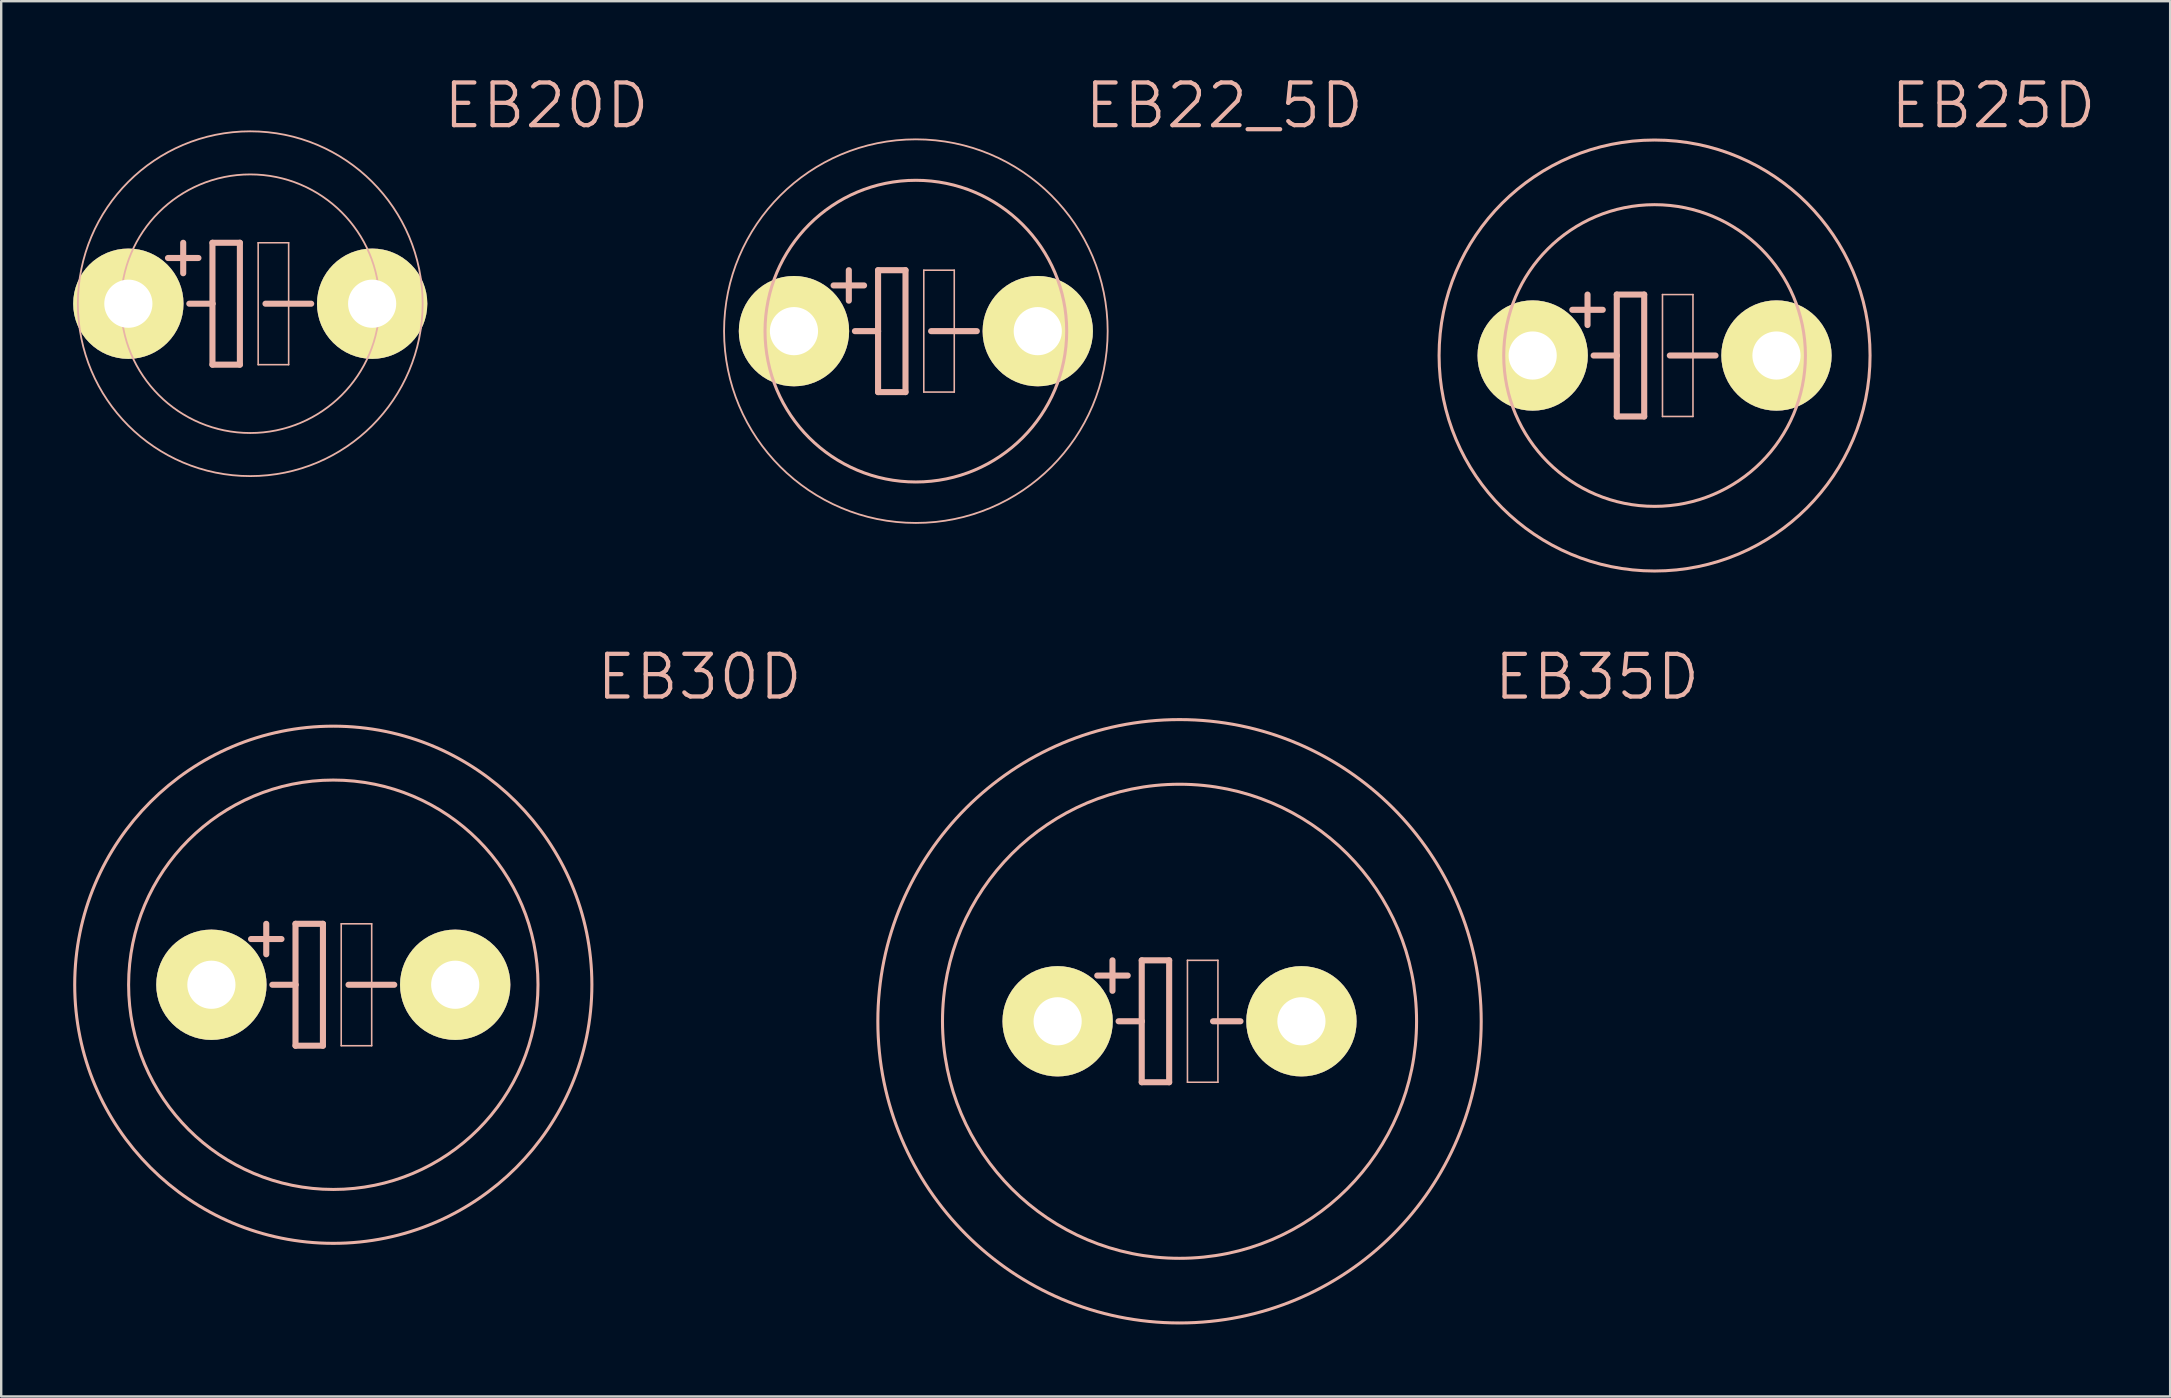
<source format=kicad_pcb>
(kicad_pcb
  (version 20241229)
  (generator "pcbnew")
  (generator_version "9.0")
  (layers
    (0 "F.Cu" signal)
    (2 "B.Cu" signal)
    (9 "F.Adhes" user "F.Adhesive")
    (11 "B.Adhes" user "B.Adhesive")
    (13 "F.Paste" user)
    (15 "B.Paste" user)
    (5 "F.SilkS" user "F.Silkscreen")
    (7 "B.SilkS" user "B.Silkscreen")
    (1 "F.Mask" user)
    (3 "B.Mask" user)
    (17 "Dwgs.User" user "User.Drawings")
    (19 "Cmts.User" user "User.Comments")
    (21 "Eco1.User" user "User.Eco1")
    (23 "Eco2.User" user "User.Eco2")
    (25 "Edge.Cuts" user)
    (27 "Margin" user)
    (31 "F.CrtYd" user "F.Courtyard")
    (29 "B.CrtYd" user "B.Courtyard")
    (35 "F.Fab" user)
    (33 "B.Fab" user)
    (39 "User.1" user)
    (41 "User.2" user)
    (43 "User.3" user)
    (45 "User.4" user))
  (footprint "EB22_5D"
    (layer "F.Cu")
    (at 35.118 10.75)
    (property "Reference" "EB22_5D" (at 12.852 -9.398 0) (layer "B.SilkS") (effects (font (size 1.778 1.778) (thickness 0.178))))
    (attr exclude_from_pos_files exclude_from_bom)
    (fp_line (start -2.794 -2.54) (end -2.794 -1.27) (stroke (width 0.254) (type solid)) (layer "B.SilkS"))
    (fp_line (start -2.54 0) (end -1.575 0) (stroke (width 0.254) (type solid)) (layer "B.SilkS"))
    (fp_line (start -2.159 -1.905) (end -3.429 -1.905) (stroke (width 0.254) (type solid)) (layer "B.SilkS"))
    (fp_line (start -1.575 -2.54) (end -0.432 -2.54) (stroke (width 0.254) (type solid)) (layer "B.SilkS"))
    (fp_line (start -1.575 0) (end -1.575 -2.54) (stroke (width 0.254) (type solid)) (layer "B.SilkS"))
    (fp_line (start -1.575 2.54) (end -1.575 0) (stroke (width 0.254) (type solid)) (layer "B.SilkS"))
    (fp_line (start -0.432 -2.54) (end -0.432 2.54) (stroke (width 0.254) (type solid)) (layer "B.SilkS"))
    (fp_line (start -0.432 2.54) (end -1.575 2.54) (stroke (width 0.254) (type solid)) (layer "B.SilkS"))
    (fp_line (start 0.33 -2.54) (end 1.6 -2.54) (stroke (width 0.066) (type solid)) (layer "B.SilkS"))
    (fp_line (start 0.33 2.54) (end 0.33 -2.54) (stroke (width 0.066) (type solid)) (layer "B.SilkS"))
    (fp_line (start 0.33 2.54) (end 1.6 2.54) (stroke (width 0.066) (type solid)) (layer "B.SilkS"))
    (fp_line (start 0.635 0) (end 2.54 0) (stroke (width 0.254) (type solid)) (layer "B.SilkS"))
    (fp_line (start 1.6 2.54) (end 1.6 -2.54) (stroke (width 0.066) (type solid)) (layer "B.SilkS"))
    (fp_circle (center 0 0) (end -5.652 5.652) (stroke (width 0.076) (type solid)) (fill no) (layer "B.SilkS"))
    (fp_circle (center 0 0) (end -4.445 4.445) (stroke (width 0.127) (type solid)) (fill no) (layer "B.SilkS"))
    (pad "+" thru_hole circle (at -5.08 0) (size 4.597 4.597) (drill 2.007) (layers "*.Cu" "F.Mask" "F.SilkS" "F.Paste"))
    (pad "-" thru_hole circle (at 5.08 0) (size 4.597 4.597) (drill 2.007) (layers "*.Cu" "F.Mask" "F.SilkS" "F.Paste")))
  (footprint "EB25D"
    (layer "F.Cu")
    (at 65.903 11.766)
    (property "Reference" "EB25D" (at 14.122 -10.414 0) (layer "B.SilkS") (effects (font (size 1.778 1.778) (thickness 0.178))))
    (attr exclude_from_pos_files exclude_from_bom)
    (fp_line (start -2.794 -2.54) (end -2.794 -1.27) (stroke (width 0.254) (type solid)) (layer "B.SilkS"))
    (fp_line (start -2.54 0) (end -1.575 0) (stroke (width 0.254) (type solid)) (layer "B.SilkS"))
    (fp_line (start -2.159 -1.905) (end -3.429 -1.905) (stroke (width 0.254) (type solid)) (layer "B.SilkS"))
    (fp_line (start -1.575 -2.54) (end -0.432 -2.54) (stroke (width 0.254) (type solid)) (layer "B.SilkS"))
    (fp_line (start -1.575 0) (end -1.575 -2.54) (stroke (width 0.254) (type solid)) (layer "B.SilkS"))
    (fp_line (start -1.575 2.54) (end -1.575 0) (stroke (width 0.254) (type solid)) (layer "B.SilkS"))
    (fp_line (start -0.432 -2.54) (end -0.432 2.54) (stroke (width 0.254) (type solid)) (layer "B.SilkS"))
    (fp_line (start -0.432 2.54) (end -1.575 2.54) (stroke (width 0.254) (type solid)) (layer "B.SilkS"))
    (fp_line (start 0.33 -2.54) (end 1.6 -2.54) (stroke (width 0.066) (type solid)) (layer "B.SilkS"))
    (fp_line (start 0.33 2.54) (end 0.33 -2.54) (stroke (width 0.066) (type solid)) (layer "B.SilkS"))
    (fp_line (start 0.33 2.54) (end 1.6 2.54) (stroke (width 0.066) (type solid)) (layer "B.SilkS"))
    (fp_line (start 0.635 0) (end 2.54 0) (stroke (width 0.254) (type solid)) (layer "B.SilkS"))
    (fp_line (start 1.6 2.54) (end 1.6 -2.54) (stroke (width 0.066) (type solid)) (layer "B.SilkS"))
    (fp_circle (center 0 0) (end -6.35 6.35) (stroke (width 0.127) (type solid)) (fill no) (layer "B.SilkS"))
    (fp_circle (center 0 0) (end -4.445 4.445) (stroke (width 0.127) (type solid)) (fill no) (layer "B.SilkS"))
    (pad "+" thru_hole circle (at -5.08 0) (size 4.597 4.597) (drill 2.007) (layers "*.Cu" "F.Mask" "F.SilkS" "F.Paste"))
    (pad "-" thru_hole circle (at 5.08 0) (size 4.597 4.597) (drill 2.007) (layers "*.Cu" "F.Mask" "F.SilkS" "F.Paste")))
  (footprint "EB30D"
    (layer "F.Cu")
    (at 10.84 37.989)
    (property "Reference" "EB30D" (at 15.265 -12.827 0) (layer "B.SilkS") (effects (font (size 1.778 1.778) (thickness 0.178))))
    (attr exclude_from_pos_files exclude_from_bom)
    (fp_line (start -2.794 -2.54) (end -2.794 -1.27) (stroke (width 0.254) (type solid)) (layer "B.SilkS"))
    (fp_line (start -2.54 0) (end -1.575 0) (stroke (width 0.254) (type solid)) (layer "B.SilkS"))
    (fp_line (start -2.159 -1.905) (end -3.429 -1.905) (stroke (width 0.254) (type solid)) (layer "B.SilkS"))
    (fp_line (start -1.575 -2.54) (end -0.432 -2.54) (stroke (width 0.254) (type solid)) (layer "B.SilkS"))
    (fp_line (start -1.575 0) (end -1.575 -2.54) (stroke (width 0.254) (type solid)) (layer "B.SilkS"))
    (fp_line (start -1.575 2.54) (end -1.575 0) (stroke (width 0.254) (type solid)) (layer "B.SilkS"))
    (fp_line (start -0.432 -2.54) (end -0.432 2.54) (stroke (width 0.254) (type solid)) (layer "B.SilkS"))
    (fp_line (start -0.432 2.54) (end -1.575 2.54) (stroke (width 0.254) (type solid)) (layer "B.SilkS"))
    (fp_line (start 0.33 -2.54) (end 1.6 -2.54) (stroke (width 0.066) (type solid)) (layer "B.SilkS"))
    (fp_line (start 0.33 2.54) (end 0.33 -2.54) (stroke (width 0.066) (type solid)) (layer "B.SilkS"))
    (fp_line (start 0.33 2.54) (end 1.6 2.54) (stroke (width 0.066) (type solid)) (layer "B.SilkS"))
    (fp_line (start 0.635 0) (end 2.54 0) (stroke (width 0.254) (type solid)) (layer "B.SilkS"))
    (fp_line (start 1.6 2.54) (end 1.6 -2.54) (stroke (width 0.066) (type solid)) (layer "B.SilkS"))
    (fp_circle (center 0 0) (end -7.62 7.62) (stroke (width 0.127) (type solid)) (fill no) (layer "B.SilkS"))
    (fp_circle (center 0 0) (end -6.032 6.032) (stroke (width 0.127) (type solid)) (fill no) (layer "B.SilkS"))
    (pad "+" thru_hole circle (at -5.08 0) (size 4.597 4.597) (drill 2.007) (layers "*.Cu" "F.Mask" "F.SilkS" "F.Paste"))
    (pad "-" thru_hole circle (at 5.08 0) (size 4.597 4.597) (drill 2.007) (layers "*.Cu" "F.Mask" "F.SilkS" "F.Paste")))
  (footprint "EB20D"
    (layer "F.Cu")
    (at 7.379 9.607)
    (property "Reference" "EB20D" (at 12.344 -8.255 0) (layer "B.SilkS") (effects (font (size 1.778 1.778) (thickness 0.178))))
    (attr exclude_from_pos_files exclude_from_bom)
    (fp_line (start -2.794 -2.54) (end -2.794 -1.27) (stroke (width 0.254) (type solid)) (layer "B.SilkS"))
    (fp_line (start -2.54 0) (end -1.575 0) (stroke (width 0.254) (type solid)) (layer "B.SilkS"))
    (fp_line (start -2.159 -1.905) (end -3.429 -1.905) (stroke (width 0.254) (type solid)) (layer "B.SilkS"))
    (fp_line (start -1.575 -2.54) (end -0.432 -2.54) (stroke (width 0.254) (type solid)) (layer "B.SilkS"))
    (fp_line (start -1.575 0) (end -1.575 -2.54) (stroke (width 0.254) (type solid)) (layer "B.SilkS"))
    (fp_line (start -1.575 2.54) (end -1.575 0) (stroke (width 0.254) (type solid)) (layer "B.SilkS"))
    (fp_line (start -0.432 -2.54) (end -0.432 2.54) (stroke (width 0.254) (type solid)) (layer "B.SilkS"))
    (fp_line (start -0.432 2.54) (end -1.575 2.54) (stroke (width 0.254) (type solid)) (layer "B.SilkS"))
    (fp_line (start 0.33 -2.54) (end 1.6 -2.54) (stroke (width 0.066) (type solid)) (layer "B.SilkS"))
    (fp_line (start 0.33 2.54) (end 0.33 -2.54) (stroke (width 0.066) (type solid)) (layer "B.SilkS"))
    (fp_line (start 0.33 2.54) (end 1.6 2.54) (stroke (width 0.066) (type solid)) (layer "B.SilkS"))
    (fp_line (start 0.635 0) (end 2.54 0) (stroke (width 0.254) (type solid)) (layer "B.SilkS"))
    (fp_line (start 1.6 2.54) (end 1.6 -2.54) (stroke (width 0.066) (type solid)) (layer "B.SilkS"))
    (fp_circle (center 0 0) (end -5.08 5.08) (stroke (width 0.076) (type solid)) (fill no) (layer "B.SilkS"))
    (fp_circle (center 0 0) (end -3.81 3.81) (stroke (width 0.076) (type solid)) (fill no) (layer "B.SilkS"))
    (pad "+" thru_hole circle (at -5.08 0) (size 4.597 4.597) (drill 2.007) (layers "*.Cu" "F.Mask" "F.SilkS" "F.Paste"))
    (pad "-" thru_hole circle (at 5.08 0) (size 4.597 4.597) (drill 2.007) (layers "*.Cu" "F.Mask" "F.SilkS" "F.Paste")))
  (footprint "EB35D"
    (layer "F.Cu")
    (at 46.106 39.511)
    (property "Reference" "EB35D" (at 17.399 -14.348 0) (layer "B.SilkS") (effects (font (size 1.778 1.778) (thickness 0.178))))
    (attr exclude_from_pos_files exclude_from_bom)
    (fp_line (start -2.794 -2.54) (end -2.794 -1.27) (stroke (width 0.254) (type solid)) (layer "B.SilkS"))
    (fp_line (start -2.54 0) (end -1.575 0) (stroke (width 0.254) (type solid)) (layer "B.SilkS"))
    (fp_line (start -2.159 -1.905) (end -3.429 -1.905) (stroke (width 0.254) (type solid)) (layer "B.SilkS"))
    (fp_line (start -1.575 -2.54) (end -0.432 -2.54) (stroke (width 0.254) (type solid)) (layer "B.SilkS"))
    (fp_line (start -1.575 0) (end -1.575 -2.54) (stroke (width 0.254) (type solid)) (layer "B.SilkS"))
    (fp_line (start -1.575 2.54) (end -1.575 0) (stroke (width 0.254) (type solid)) (layer "B.SilkS"))
    (fp_line (start -0.432 -2.54) (end -0.432 2.54) (stroke (width 0.254) (type solid)) (layer "B.SilkS"))
    (fp_line (start -0.432 2.54) (end -1.575 2.54) (stroke (width 0.254) (type solid)) (layer "B.SilkS"))
    (fp_line (start 0.33 -2.54) (end 1.6 -2.54) (stroke (width 0.066) (type solid)) (layer "B.SilkS"))
    (fp_line (start 0.33 2.54) (end 0.33 -2.54) (stroke (width 0.066) (type solid)) (layer "B.SilkS"))
    (fp_line (start 0.33 2.54) (end 1.6 2.54) (stroke (width 0.066) (type solid)) (layer "B.SilkS"))
    (fp_line (start 1.397 0) (end 2.54 0) (stroke (width 0.254) (type solid)) (layer "B.SilkS"))
    (fp_line (start 1.6 2.54) (end 1.6 -2.54) (stroke (width 0.066) (type solid)) (layer "B.SilkS"))
    (fp_circle (center 0 0) (end -8.89 8.89) (stroke (width 0.127) (type solid)) (fill no) (layer "B.SilkS"))
    (fp_circle (center 0 0) (end -6.985 6.985) (stroke (width 0.127) (type solid)) (fill no) (layer "B.SilkS"))
    (pad "+" thru_hole circle (at -5.08 0) (size 4.597 4.597) (drill 2.007) (layers "*.Cu" "F.Mask" "F.SilkS" "F.Paste"))
    (pad "-" thru_hole circle (at 5.08 0) (size 4.597 4.597) (drill 2.007) (layers "*.Cu" "F.Mask" "F.SilkS" "F.Paste")))
  (gr_rect
    (start -3 -3)
    (end 87.39 55.146)
    (stroke (width 0.1) (type default))
    (fill no)
    (layer "Edge.Cuts")))
</source>
